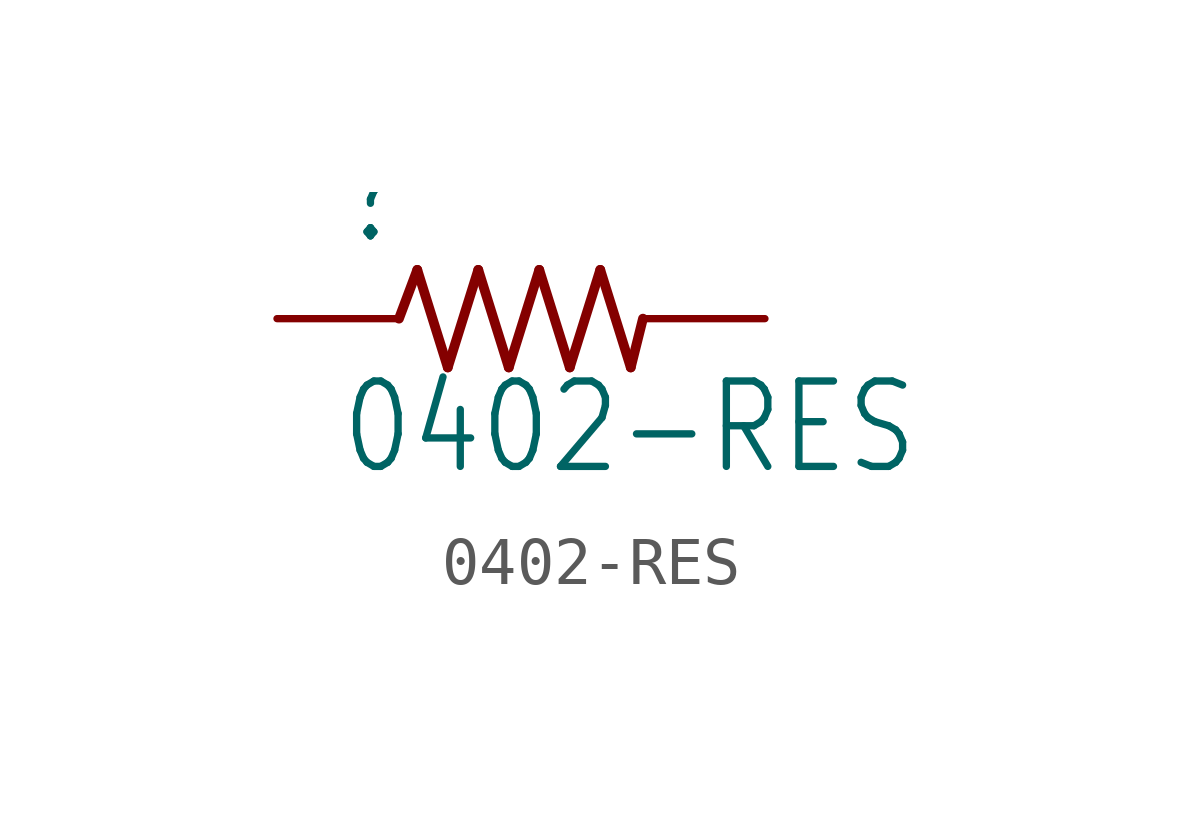
<source format=kicad_sym>
(kicad_symbol_lib
  (version 20220331)
  (generator kicad_symbol_editor)
  (symbol "0402-RES"
    (property "Reference" ""
      (at -3.81 1.499 0)
      (effects (font (size 1.778 1.511)) (justify left bottom)))
    (property "Value" "0402-RES"
      (at -3.81 -3.302 0)
      (effects (font (size 1.778 1.511)) (justify left bottom)))
    (property "ki_locked" ""
      (at 0 0 0)
      (effects (font (size 1.27 1.27))))
    (symbol "0402-RES_1_0"
      (polyline (pts (xy -2.54 0) (xy -2.159 1.016)) (stroke (width 0.203) (type solid)) (fill (type none)))
      (polyline (pts (xy -2.159 1.016) (xy -1.524 -1.016)) (stroke (width 0.203) (type solid)) (fill (type none)))
      (polyline (pts (xy -1.524 -1.016) (xy -0.889 1.016)) (stroke (width 0.203) (type solid)) (fill (type none)))
      (polyline (pts (xy -0.889 1.016) (xy -0.254 -1.016)) (stroke (width 0.203) (type solid)) (fill (type none)))
      (polyline (pts (xy -0.254 -1.016) (xy 0.381 1.016)) (stroke (width 0.203) (type solid)) (fill (type none)))
      (polyline (pts (xy 0.381 1.016) (xy 1.016 -1.016)) (stroke (width 0.203) (type solid)) (fill (type none)))
      (polyline (pts (xy 1.016 -1.016) (xy 1.651 1.016)) (stroke (width 0.203) (type solid)) (fill (type none)))
      (polyline (pts (xy 1.651 1.016) (xy 2.286 -1.016)) (stroke (width 0.203) (type solid)) (fill (type none)))
      (polyline (pts (xy 2.286 -1.016) (xy 2.54 0)) (stroke (width 0.203) (type solid)) (fill (type none)))
      (pin passive line (at -5.08 0 0) (length 2.54) (name "1" (effects (font (size 0 0)))) (number "1" (effects (font (size 0 0)))))
      (pin passive line (at 5.08 0 180) (length 2.54) (name "2" (effects (font (size 0 0)))) (number "2" (effects (font (size 0 0))))))))
</source>
